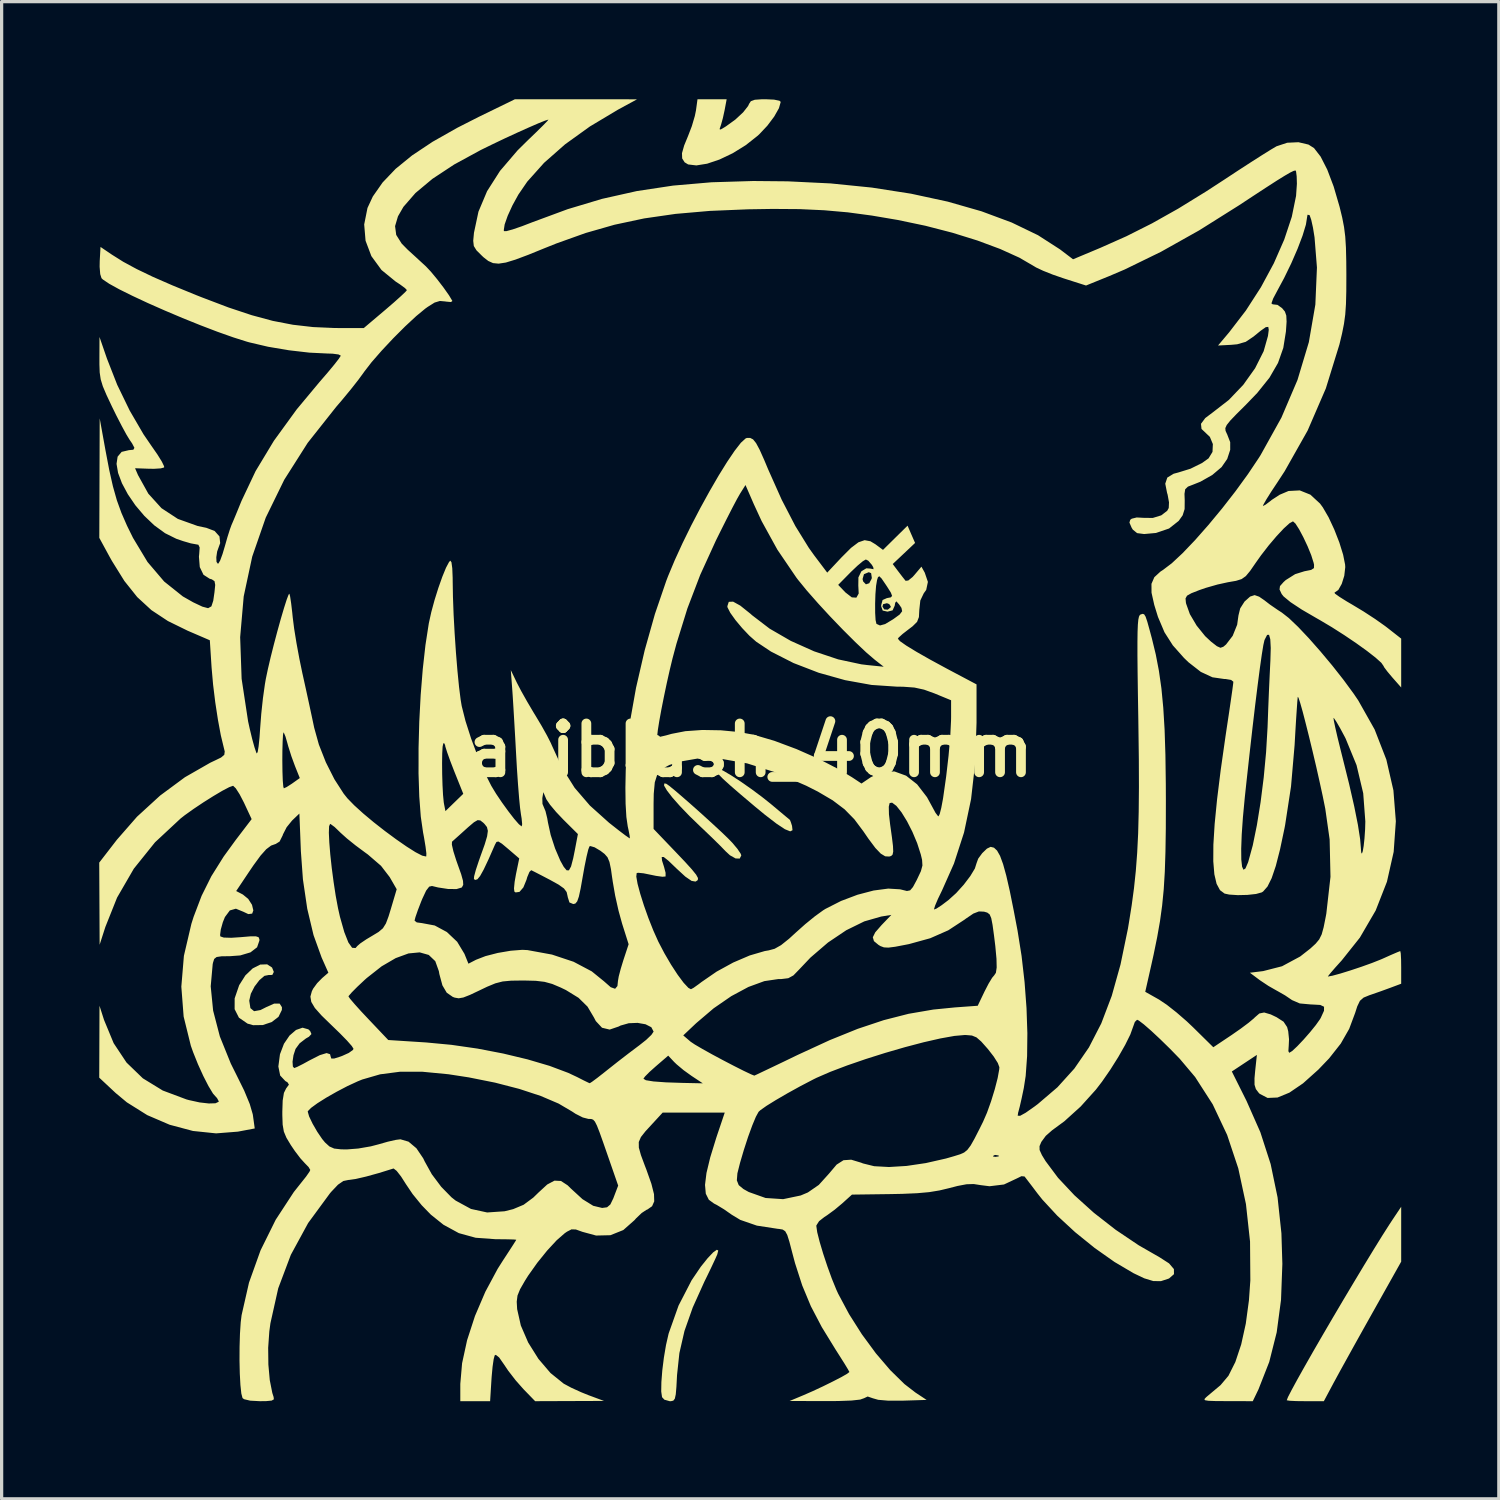
<source format=kicad_pcb>
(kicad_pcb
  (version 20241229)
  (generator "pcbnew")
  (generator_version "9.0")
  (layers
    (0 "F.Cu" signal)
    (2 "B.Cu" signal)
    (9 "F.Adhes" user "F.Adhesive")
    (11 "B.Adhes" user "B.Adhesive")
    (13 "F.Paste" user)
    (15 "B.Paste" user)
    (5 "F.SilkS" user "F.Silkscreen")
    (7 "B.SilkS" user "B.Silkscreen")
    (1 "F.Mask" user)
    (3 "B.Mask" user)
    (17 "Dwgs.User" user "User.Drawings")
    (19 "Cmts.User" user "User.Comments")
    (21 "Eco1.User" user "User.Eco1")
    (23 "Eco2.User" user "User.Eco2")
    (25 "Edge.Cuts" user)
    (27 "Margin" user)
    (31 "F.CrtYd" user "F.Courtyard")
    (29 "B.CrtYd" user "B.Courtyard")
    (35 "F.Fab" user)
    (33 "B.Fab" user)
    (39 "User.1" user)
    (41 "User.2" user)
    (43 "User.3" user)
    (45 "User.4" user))
  (footprint "akiblush_40mm"
    (layer "F.Cu")
    (at 20.007 20.007)
    (property "Reference" "akiblush_40mm" (at 0 0 0) (layer "F.SilkS") (effects (font (size 1.5 1.5) (thickness 0.3))))
    (attr board_only exclude_from_pos_files exclude_from_bom)
    (fp_poly (pts (xy -2.584 1.029) (xy -2.491 1.093) (xy -2.308 1.242) (xy -2.06 1.455) (xy -1.769 1.71) (xy -1.461 1.985) (xy -1.16 2.259) (xy -0.889 2.51) (xy -0.674 2.717) (xy -0.55 2.845) (xy -0.393 3.032) (xy -0.293 3.181) (xy -0.274 3.234) (xy -0.324 3.331) (xy -0.451 3.326) (xy -0.623 3.229) (xy -0.753 3.109) (xy -0.919 2.938) (xy -1.158 2.703) (xy -1.428 2.444) (xy -1.53 2.348) (xy -1.865 2.024) (xy -2.157 1.72) (xy -2.393 1.453) (xy -2.56 1.237) (xy -2.647 1.088) (xy -2.641 1.022)) (stroke (width 0) (type solid)) (fill yes) (layer "F.SilkS"))
    (fp_poly (pts (xy -1.007 0.544) (xy -0.836 0.626) (xy -0.589 0.771) (xy -0.292 0.964) (xy 0.031 1.19) (xy 0.356 1.431) (xy 0.658 1.672) (xy 0.667 1.68) (xy 0.907 1.881) (xy 1.095 2.038) (xy 1.205 2.129) (xy 1.221 2.143) (xy 1.249 2.212) (xy 1.285 2.325) (xy 1.3 2.459) (xy 1.229 2.494) (xy 1.066 2.428) (xy 0.808 2.257) (xy 0.448 1.98) (xy 0.15 1.735) (xy -0.284 1.368) (xy -0.61 1.086) (xy -0.84 0.877) (xy -0.986 0.727) (xy -1.063 0.625) (xy -1.082 0.557) (xy -1.08 0.542)) (stroke (width 0) (type solid)) (fill yes) (layer "F.SilkS"))
    (fp_poly (pts (xy 20.007 14.875) (xy 20.007 15.719) (xy 19.121 17.297) (xy 18.846 17.787) (xy 18.578 18.268) (xy 18.332 18.712) (xy 18.124 19.088) (xy 17.972 19.368) (xy 17.932 19.441) (xy 17.63 20.007) (xy 17.06 20.007) (xy 16.784 20.004) (xy 16.582 19.994) (xy 16.492 19.98) (xy 16.49 19.978) (xy 16.529 19.878) (xy 16.64 19.663) (xy 16.811 19.348) (xy 17.033 18.952) (xy 17.295 18.492) (xy 17.588 17.985) (xy 17.902 17.448) (xy 18.226 16.899) (xy 18.55 16.356) (xy 18.864 15.834) (xy 19.157 15.353) (xy 19.42 14.928) (xy 19.643 14.578) (xy 19.747 14.42) (xy 20.007 14.031)) (stroke (width 0) (type solid)) (fill yes) (layer "F.SilkS"))
    (fp_poly (pts (xy -0.982 15.377) (xy -1.013 15.498) (xy -1.077 15.642) (xy -1.191 15.885) (xy -1.335 16.184) (xy -1.408 16.332) (xy -1.766 17.126) (xy -2.02 17.847) (xy -2.177 18.53) (xy -2.249 19.206) (xy -2.268 19.566) (xy -2.288 19.798) (xy -2.317 19.93) (xy -2.363 19.99) (xy -2.435 20.007) (xy -2.475 20.007) (xy -2.638 19.961) (xy -2.71 19.883) (xy -2.735 19.708) (xy -2.73 19.42) (xy -2.702 19.06) (xy -2.653 18.667) (xy -2.588 18.282) (xy -2.511 17.944) (xy -2.503 17.916) (xy -2.202 17.068) (xy -1.801 16.291) (xy -1.518 15.874) (xy -1.307 15.611) (xy -1.139 15.434) (xy -1.026 15.353)) (stroke (width 0) (type solid)) (fill yes) (layer "F.SilkS"))
    (fp_poly (pts (xy -14.696 6.679) (xy -14.641 6.814) (xy -14.688 6.907) (xy -14.801 6.909) (xy -14.93 6.935) (xy -15.084 7.066) (xy -15.234 7.263) (xy -15.348 7.485) (xy -15.396 7.692) (xy -15.396 7.703) (xy -15.361 7.927) (xy -15.248 8.021) (xy -15.052 7.986) (xy -14.878 7.898) (xy -14.63 7.787) (xy -14.463 7.787) (xy -14.392 7.898) (xy -14.394 7.983) (xy -14.498 8.195) (xy -14.709 8.356) (xy -14.984 8.447) (xy -15.278 8.451) (xy -15.449 8.403) (xy -15.714 8.22) (xy -15.846 7.959) (xy -15.845 7.626) (xy -15.708 7.227) (xy -15.702 7.215) (xy -15.515 6.92) (xy -15.291 6.706) (xy -15.058 6.588) (xy -14.846 6.581)) (stroke (width 0) (type solid)) (fill yes) (layer "F.SilkS"))
    (fp_poly (pts (xy -0.786 -19.675) (xy -0.84 -19.428) (xy -0.896 -19.225) (xy -0.909 -19.187) (xy -0.942 -19.087) (xy -0.909 -19.076) (xy -0.781 -19.151) (xy -0.739 -19.178) (xy -0.456 -19.383) (xy -0.219 -19.603) (xy -0.065 -19.799) (xy -0.035 -19.865) (xy 0.02 -19.947) (xy 0.141 -19.991) (xy 0.368 -20.007) (xy 0.474 -20.007) (xy 0.733 -19.995) (xy 0.898 -19.961) (xy 0.938 -19.926) (xy 0.883 -19.732) (xy 0.737 -19.474) (xy 0.526 -19.193) (xy 0.276 -18.928) (xy 0.233 -18.888) (xy -0.138 -18.595) (xy -0.539 -18.347) (xy -0.944 -18.154) (xy -1.324 -18.026) (xy -1.655 -17.973) (xy -1.908 -18.003) (xy -2.016 -18.069) (xy -2.091 -18.188) (xy -2.097 -18.349) (xy -2.03 -18.586) (xy -1.912 -18.873) (xy -1.794 -19.18) (xy -1.702 -19.492) (xy -1.667 -19.664) (xy -1.62 -20.007) (xy -1.172 -20.007) (xy -0.724 -20.007)) (stroke (width 0) (type solid)) (fill yes) (layer "F.SilkS"))
    (fp_poly (pts (xy -5.355 -20.006) (xy -3.478 -20.005) (xy -4.063 -19.687) (xy -4.927 -19.17) (xy -5.69 -18.621) (xy -6.336 -18.052) (xy -6.852 -17.475) (xy -7.125 -17.077) (xy -7.309 -16.742) (xy -7.454 -16.424) (xy -7.547 -16.159) (xy -7.574 -15.982) (xy -7.568 -15.953) (xy -7.49 -15.954) (xy -7.297 -16.007) (xy -7.018 -16.103) (xy -6.683 -16.232) (xy -6.682 -16.232) (xy -5.611 -16.628) (xy -4.554 -16.945) (xy -3.483 -17.185) (xy -2.37 -17.353) (xy -1.189 -17.455) (xy 0.091 -17.494) (xy 1.153 -17.484) (xy 2.469 -17.42) (xy 3.737 -17.292) (xy 4.943 -17.104) (xy 6.071 -16.86) (xy 7.108 -16.563) (xy 8.037 -16.218) (xy 8.845 -15.828) (xy 9.516 -15.396) (xy 9.522 -15.392) (xy 9.922 -15.088) (xy 10.762 -15.44) (xy 11.562 -15.796) (xy 12.347 -16.191) (xy 13.153 -16.644) (xy 14.015 -17.175) (xy 14.576 -17.54) (xy 14.998 -17.818) (xy 15.393 -18.074) (xy 15.735 -18.292) (xy 16.001 -18.458) (xy 16.165 -18.555) (xy 16.178 -18.562) (xy 16.504 -18.67) (xy 16.849 -18.686) (xy 17.157 -18.614) (xy 17.328 -18.506) (xy 17.531 -18.244) (xy 17.735 -17.844) (xy 17.932 -17.324) (xy 18.113 -16.704) (xy 18.116 -16.693) (xy 18.195 -16.367) (xy 18.251 -16.077) (xy 18.288 -15.784) (xy 18.309 -15.448) (xy 18.319 -15.027) (xy 18.322 -14.615) (xy 18.32 -14.106) (xy 18.31 -13.713) (xy 18.288 -13.393) (xy 18.249 -13.105) (xy 18.19 -12.808) (xy 18.109 -12.47) (xy 17.691 -11.118) (xy 17.131 -9.823) (xy 16.425 -8.573) (xy 16.204 -8.234) (xy 16.012 -7.945) (xy 15.864 -7.709) (xy 15.775 -7.553) (xy 15.757 -7.503) (xy 15.841 -7.548) (xy 15.992 -7.662) (xy 16.032 -7.695) (xy 16.273 -7.852) (xy 16.54 -7.965) (xy 16.549 -7.967) (xy 16.89 -7.985) (xy 17.216 -7.854) (xy 17.512 -7.581) (xy 17.598 -7.464) (xy 17.777 -7.156) (xy 17.952 -6.78) (xy 18.107 -6.382) (xy 18.223 -6.008) (xy 18.283 -5.706) (xy 18.288 -5.627) (xy 18.258 -5.361) (xy 18.18 -5.112) (xy 18.075 -4.925) (xy 17.961 -4.845) (xy 17.954 -4.845) (xy 17.975 -4.81) (xy 18.108 -4.715) (xy 18.329 -4.576) (xy 18.503 -4.474) (xy 18.853 -4.263) (xy 19.21 -4.03) (xy 19.511 -3.817) (xy 19.578 -3.766) (xy 20.007 -3.43) (xy 20.007 -2.679) (xy 20.007 -1.928) (xy 19.737 -2.234) (xy 19.584 -2.416) (xy 19.484 -2.549) (xy 19.464 -2.59) (xy 19.397 -2.686) (xy 19.219 -2.846) (xy 18.955 -3.052) (xy 18.627 -3.288) (xy 18.26 -3.536) (xy 17.876 -3.781) (xy 17.501 -4.004) (xy 17.428 -4.045) (xy 16.952 -4.322) (xy 16.605 -4.551) (xy 16.392 -4.727) (xy 16.334 -4.8) (xy 16.268 -4.941) (xy 16.282 -5.044) (xy 16.391 -5.167) (xy 16.459 -5.229) (xy 16.748 -5.411) (xy 17.033 -5.5) (xy 17.239 -5.541) (xy 17.326 -5.597) (xy 17.329 -5.702) (xy 17.314 -5.766) (xy 17.242 -5.995) (xy 17.131 -6.267) (xy 17 -6.545) (xy 16.87 -6.79) (xy 16.757 -6.966) (xy 16.682 -7.034) (xy 16.682 -7.034) (xy 16.574 -6.975) (xy 16.398 -6.815) (xy 16.178 -6.58) (xy 15.937 -6.296) (xy 15.699 -5.989) (xy 15.543 -5.769) (xy 15.364 -5.51) (xy 15.232 -5.351) (xy 15.102 -5.259) (xy 14.932 -5.206) (xy 14.679 -5.162) (xy 14.675 -5.161) (xy 14.361 -5.092) (xy 14.004 -4.99) (xy 13.806 -4.922) (xy 13.557 -4.824) (xy 13.425 -4.749) (xy 13.379 -4.665) (xy 13.39 -4.541) (xy 13.397 -4.505) (xy 13.512 -4.183) (xy 13.72 -3.831) (xy 13.982 -3.506) (xy 14.164 -3.336) (xy 14.343 -3.197) (xy 14.452 -3.148) (xy 14.54 -3.179) (xy 14.625 -3.25) (xy 14.828 -3.515) (xy 14.966 -3.857) (xy 15.006 -4.143) (xy 15.059 -4.359) (xy 15.193 -4.569) (xy 15.364 -4.722) (xy 15.503 -4.767) (xy 15.641 -4.719) (xy 15.8 -4.61) (xy 15.975 -4.475) (xy 16.214 -4.311) (xy 16.339 -4.23) (xy 16.554 -4.062) (xy 16.838 -3.791) (xy 17.169 -3.441) (xy 17.526 -3.036) (xy 17.889 -2.602) (xy 18.236 -2.161) (xy 18.545 -1.74) (xy 18.687 -1.531) (xy 19.191 -0.637) (xy 19.551 0.289) (xy 19.768 1.233) (xy 19.843 2.183) (xy 19.776 3.124) (xy 19.569 4.043) (xy 19.223 4.926) (xy 18.737 5.76) (xy 18.183 6.456) (xy 17.982 6.679) (xy 17.833 6.851) (xy 17.759 6.945) (xy 17.755 6.956) (xy 17.896 6.93) (xy 18.142 6.863) (xy 18.454 6.766) (xy 18.79 6.654) (xy 19.11 6.539) (xy 19.375 6.434) (xy 19.438 6.407) (xy 19.692 6.293) (xy 19.885 6.21) (xy 19.977 6.174) (xy 19.979 6.174) (xy 19.994 6.245) (xy 20.004 6.432) (xy 20.007 6.676) (xy 20.007 7.177) (xy 19.675 7.301) (xy 19.382 7.408) (xy 19.084 7.512) (xy 19.033 7.529) (xy 18.852 7.603) (xy 18.739 7.702) (xy 18.657 7.872) (xy 18.592 8.074) (xy 18.409 8.564) (xy 18.15 9.017) (xy 17.793 9.47) (xy 17.461 9.817) (xy 16.991 10.238) (xy 16.572 10.524) (xy 16.207 10.674) (xy 15.901 10.687) (xy 15.658 10.56) (xy 15.63 10.532) (xy 15.541 10.415) (xy 15.5 10.282) (xy 15.499 10.081) (xy 15.519 9.86) (xy 15.572 9.364) (xy 15.187 9.619) (xy 14.802 9.874) (xy 15.254 10.779) (xy 15.679 11.741) (xy 15.995 12.719) (xy 16.208 13.744) (xy 16.326 14.847) (xy 16.355 15.787) (xy 16.314 16.893) (xy 16.181 17.891) (xy 15.952 18.8) (xy 15.622 19.641) (xy 15.587 19.714) (xy 15.446 20.007) (xy 14.659 20.005) (xy 14.305 20.003) (xy 14.084 19.995) (xy 13.976 19.977) (xy 13.959 19.944) (xy 14.009 19.889) (xy 14.046 19.857) (xy 14.226 19.706) (xy 14.435 19.531) (xy 14.457 19.512) (xy 14.698 19.226) (xy 14.91 18.803) (xy 15.09 18.263) (xy 15.231 17.625) (xy 15.328 16.907) (xy 15.371 16.295) (xy 15.362 15.102) (xy 15.236 13.949) (xy 15 12.851) (xy 14.658 11.824) (xy 14.214 10.883) (xy 13.674 10.044) (xy 13.201 9.483) (xy 12.898 9.172) (xy 12.598 8.879) (xy 12.325 8.624) (xy 12.099 8.427) (xy 11.944 8.309) (xy 11.89 8.284) (xy 11.821 8.352) (xy 11.765 8.508) (xy 11.682 8.738) (xy 11.524 9.057) (xy 11.313 9.428) (xy 11.069 9.816) (xy 10.813 10.186) (xy 10.624 10.432) (xy 10.156 10.951) (xy 9.654 11.405) (xy 9.277 11.682) (xy 9.084 11.852) (xy 8.948 12.037) (xy 8.892 12.169) (xy 8.894 12.288) (xy 8.965 12.444) (xy 9.078 12.629) (xy 9.46 13.141) (xy 9.964 13.678) (xy 10.563 14.218) (xy 11.23 14.738) (xy 11.939 15.215) (xy 12.583 15.585) (xy 12.873 15.772) (xy 13.022 15.947) (xy 13.024 16.103) (xy 12.878 16.231) (xy 12.853 16.243) (xy 12.622 16.318) (xy 12.388 16.315) (xy 12.109 16.23) (xy 11.78 16.073) (xy 11.196 15.728) (xy 10.585 15.297) (xy 9.985 14.812) (xy 9.436 14.305) (xy 8.978 13.81) (xy 8.827 13.62) (xy 8.652 13.388) (xy 8.511 13.204) (xy 8.434 13.104) (xy 8.432 13.101) (xy 8.336 13.092) (xy 8.193 13.162) (xy 7.799 13.347) (xy 7.355 13.401) (xy 7.086 13.367) (xy 6.868 13.333) (xy 6.647 13.34) (xy 6.369 13.393) (xy 6.123 13.457) (xy 5.817 13.53) (xy 5.5 13.582) (xy 5.132 13.615) (xy 4.673 13.635) (xy 4.318 13.642) (xy 3.127 13.658) (xy 2.827 13.929) (xy 2.596 14.122) (xy 2.361 14.294) (xy 2.28 14.346) (xy 2.116 14.475) (xy 2.034 14.604) (xy 2.032 14.623) (xy 2.059 14.813) (xy 2.134 15.109) (xy 2.242 15.472) (xy 2.372 15.864) (xy 2.511 16.247) (xy 2.647 16.58) (xy 2.703 16.703) (xy 3.038 17.33) (xy 3.432 17.951) (xy 3.862 18.536) (xy 4.306 19.055) (xy 4.741 19.481) (xy 5.078 19.741) (xy 5.421 19.968) (xy 4.685 19.991) (xy 4.249 19.992) (xy 3.934 19.965) (xy 3.77 19.918) (xy 3.61 19.863) (xy 3.5 19.915) (xy 3.379 19.958) (xy 3.114 19.987) (xy 2.701 20.002) (xy 2.309 20.004) (xy 1.211 20.001) (xy 1.641 19.821) (xy 1.931 19.694) (xy 2.241 19.549) (xy 2.541 19.401) (xy 2.797 19.269) (xy 2.977 19.166) (xy 3.048 19.111) (xy 3.048 19.11) (xy 3.008 19.034) (xy 2.901 18.857) (xy 2.744 18.609) (xy 2.628 18.427) (xy 2.2 17.73) (xy 1.864 17.088) (xy 1.598 16.449) (xy 1.377 15.763) (xy 1.29 15.435) (xy 1.204 15.106) (xy 1.139 14.899) (xy 1.076 14.784) (xy 0.998 14.732) (xy 0.886 14.713) (xy 0.849 14.71) (xy 0.204 14.611) (xy -0.305 14.435) (xy -0.568 14.276) (xy -0.804 14.111) (xy -1.027 13.976) (xy -1.112 13.933) (xy -1.272 13.816) (xy -1.365 13.63) (xy -1.389 13.36) (xy -1.372 13.22) (xy -0.411 13.22) (xy -0.353 13.367) (xy -0.208 13.487) (xy -0.045 13.578) (xy 0.472 13.762) (xy 1.012 13.798) (xy 1.551 13.685) (xy 1.772 13.592) (xy 2.108 13.36) (xy 2.428 13.006) (xy 2.429 13.004) (xy 2.656 12.736) (xy 2.867 12.601) (xy 3.104 12.585) (xy 3.409 12.677) (xy 3.466 12.7) (xy 3.809 12.785) (xy 4.265 12.81) (xy 4.805 12.777) (xy 5.398 12.689) (xy 6.015 12.549) (xy 6.234 12.486) (xy 7.459 12.486) (xy 7.535 12.498) (xy 7.637 12.484) (xy 7.638 12.457) (xy 7.533 12.439) (xy 7.488 12.451) (xy 7.459 12.486) (xy 6.234 12.486) (xy 6.291 12.469) (xy 6.454 12.418) (xy 6.575 12.364) (xy 6.674 12.283) (xy 6.774 12.15) (xy 6.893 11.94) (xy 7.052 11.629) (xy 7.156 11.42) (xy 7.278 11.139) (xy 7.403 10.789) (xy 7.517 10.418) (xy 7.605 10.076) (xy 7.653 9.811) (xy 7.658 9.743) (xy 7.61 9.614) (xy 7.483 9.413) (xy 7.304 9.183) (xy 7.298 9.176) (xy 7.1 8.953) (xy 6.954 8.826) (xy 6.815 8.769) (xy 6.639 8.754) (xy 6.59 8.753) (xy 6.276 8.781) (xy 5.846 8.858) (xy 5.329 8.976) (xy 4.755 9.127) (xy 4.152 9.302) (xy 3.55 9.492) (xy 2.978 9.689) (xy 2.464 9.884) (xy 2.04 10.068) (xy 1.939 10.118) (xy 1.531 10.331) (xy 1.137 10.549) (xy 0.785 10.754) (xy 0.501 10.93) (xy 0.314 11.062) (xy 0.258 11.113) (xy 0.174 11.266) (xy 0.062 11.535) (xy -0.066 11.886) (xy -0.196 12.286) (xy -0.313 12.683) (xy -0.394 13.005) (xy -0.411 13.22) (xy -1.372 13.22) (xy -1.344 12.993) (xy -1.229 12.515) (xy -1.044 11.914) (xy -1.016 11.829) (xy -0.915 11.53) (xy -0.836 11.295) (xy -0.79 11.159) (xy -0.782 11.137) (xy -0.855 11.137) (xy -1.054 11.137) (xy -1.35 11.137) (xy -1.712 11.137) (xy -1.736 11.137) (xy -2.69 11.137) (xy -3.005 11.479) (xy -3.221 11.714) (xy -3.359 11.889) (xy -3.425 12.042) (xy -3.423 12.214) (xy -3.359 12.443) (xy -3.238 12.769) (xy -3.19 12.893) (xy -3.037 13.326) (xy -2.957 13.643) (xy -2.95 13.866) (xy -3.016 14.015) (xy -3.155 14.113) (xy -3.193 14.129) (xy -3.335 14.223) (xy -3.508 14.388) (xy -3.555 14.442) (xy -3.9 14.747) (xy -4.296 14.906) (xy -4.737 14.916) (xy -5.154 14.803) (xy -5.358 14.73) (xy -5.492 14.726) (xy -5.629 14.796) (xy -5.699 14.844) (xy -5.949 15.062) (xy -6.241 15.378) (xy -6.544 15.753) (xy -6.824 16.148) (xy -6.92 16.3) (xy -7.072 16.564) (xy -7.152 16.76) (xy -7.176 16.949) (xy -7.163 17.179) (xy -7.05 17.681) (xy -6.824 18.204) (xy -6.51 18.705) (xy -6.138 19.141) (xy -5.734 19.467) (xy -5.729 19.47) (xy -5.496 19.595) (xy -5.192 19.733) (xy -4.969 19.823) (xy -4.494 19.999) (xy -5.552 20.003) (xy -6.61 20.007) (xy -6.97 19.636) (xy -7.208 19.367) (xy -7.439 19.068) (xy -7.562 18.885) (xy -7.716 18.664) (xy -7.819 18.582) (xy -7.853 18.599) (xy -7.885 18.717) (xy -7.918 18.947) (xy -7.946 19.248) (xy -7.953 19.35) (xy -7.994 20.007) (xy -8.452 20.007) (xy -8.91 20.007) (xy -8.91 19.475) (xy -8.855 18.84) (xy -8.701 18.132) (xy -8.459 17.388) (xy -8.141 16.645) (xy -7.762 15.939) (xy -7.597 15.679) (xy -7.422 15.411) (xy -7.284 15.198) (xy -7.203 15.07) (xy -7.19 15.045) (xy -7.262 15.038) (xy -7.454 15.032) (xy -7.73 15.029) (xy -7.835 15.028) (xy -8.439 14.984) (xy -8.955 14.842) (xy -9.428 14.584) (xy -9.816 14.273) (xy -10.096 13.985) (xy -10.375 13.642) (xy -10.578 13.341) (xy -10.732 13.1) (xy -10.867 12.928) (xy -10.958 12.857) (xy -10.968 12.857) (xy -11.409 12.994) (xy -11.807 13.104) (xy -12.127 13.178) (xy -12.337 13.208) (xy -12.35 13.208) (xy -12.505 13.24) (xy -12.669 13.353) (xy -12.876 13.571) (xy -12.916 13.618) (xy -13.587 14.532) (xy -14.118 15.508) (xy -14.506 16.538) (xy -14.746 17.612) (xy -14.78 17.864) (xy -14.815 18.366) (xy -14.809 18.881) (xy -14.766 19.359) (xy -14.688 19.753) (xy -14.648 19.878) (xy -14.64 19.95) (xy -14.708 19.989) (xy -14.881 20.005) (xy -15.071 20.007) (xy -15.368 19.991) (xy -15.556 19.946) (xy -15.603 19.911) (xy -15.64 19.771) (xy -15.668 19.51) (xy -15.687 19.161) (xy -15.696 18.76) (xy -15.694 18.34) (xy -15.682 17.937) (xy -15.659 17.584) (xy -15.632 17.364) (xy -15.404 16.362) (xy -15.049 15.371) (xy -14.584 14.431) (xy -14.027 13.579) (xy -13.804 13.298) (xy -13.649 13.103) (xy -13.546 12.955) (xy -13.521 12.9) (xy -13.573 12.811) (xy -13.688 12.693) (xy -13.822 12.546) (xy -13.993 12.321) (xy -14.118 12.137) (xy -14.254 11.911) (xy -14.333 11.722) (xy -14.37 11.508) (xy -14.38 11.212) (xy -14.38 11.127) (xy -14.38 11.108) (xy -13.599 11.108) (xy -13.557 11.255) (xy -13.45 11.478) (xy -13.307 11.726) (xy -13.155 11.95) (xy -13.068 12.055) (xy -12.933 12.178) (xy -12.786 12.243) (xy -12.573 12.267) (xy -12.392 12.269) (xy -12.047 12.242) (xy -11.66 12.175) (xy -11.423 12.113) (xy -11.138 12.032) (xy -10.891 11.976) (xy -10.75 11.958) (xy -10.501 12.031) (xy -10.259 12.234) (xy -10.05 12.543) (xy -10.004 12.639) (xy -9.786 13.032) (xy -9.496 13.419) (xy -9.18 13.742) (xy -9.053 13.842) (xy -8.581 14.099) (xy -8.085 14.207) (xy -7.548 14.17) (xy -7.286 14.105) (xy -6.964 13.97) (xy -6.667 13.75) (xy -6.51 13.597) (xy -6.238 13.347) (xy -6.016 13.229) (xy -5.816 13.239) (xy -5.611 13.373) (xy -5.519 13.464) (xy -5.155 13.798) (xy -4.825 14.002) (xy -4.551 14.068) (xy -4.4 14.048) (xy -4.299 13.962) (xy -4.207 13.772) (xy -4.189 13.724) (xy -4.058 13.381) (xy -4.366 12.494) (xy -4.518 12.057) (xy -4.629 11.746) (xy -4.71 11.539) (xy -4.772 11.416) (xy -4.827 11.355) (xy -4.885 11.334) (xy -4.958 11.332) (xy -4.972 11.332) (xy -5.146 11.287) (xy -5.369 11.174) (xy -5.472 11.106) (xy -5.888 10.861) (xy -6.436 10.627) (xy -7.095 10.41) (xy -7.841 10.217) (xy -8.65 10.055) (xy -9.274 9.959) (xy -10.075 9.882) (xy -10.766 9.882) (xy -11.374 9.961) (xy -11.925 10.121) (xy -12.061 10.176) (xy -12.377 10.322) (xy -12.709 10.496) (xy -13.027 10.677) (xy -13.3 10.849) (xy -13.499 10.994) (xy -13.595 11.093) (xy -13.599 11.108) (xy -14.38 11.108) (xy -14.369 10.767) (xy -14.331 10.532) (xy -14.262 10.393) (xy -14.257 10.387) (xy -14.177 10.277) (xy -14.222 10.206) (xy -14.287 10.168) (xy -14.446 9.998) (xy -14.502 9.721) (xy -14.453 9.348) (xy -14.45 9.338) (xy -14.33 9.022) (xy -14.158 8.769) (xy -13.959 8.598) (xy -13.758 8.528) (xy -13.579 8.579) (xy -13.525 8.631) (xy -13.485 8.723) (xy -13.562 8.806) (xy -13.656 8.86) (xy -13.848 9.008) (xy -13.974 9.181) (xy -14.037 9.374) (xy -14.066 9.573) (xy -14.056 9.722) (xy -14.015 9.769) (xy -13.925 9.734) (xy -13.741 9.641) (xy -13.548 9.535) (xy -13.228 9.372) (xy -13.019 9.308) (xy -12.913 9.343) (xy -12.895 9.414) (xy -12.875 9.475) (xy -12.789 9.477) (xy -12.602 9.418) (xy -12.544 9.397) (xy -12.338 9.304) (xy -12.211 9.213) (xy -12.192 9.176) (xy -12.246 9.09) (xy -12.393 8.923) (xy -12.61 8.701) (xy -12.856 8.463) (xy -13.172 8.156) (xy -13.38 7.922) (xy -13.49 7.736) (xy -13.517 7.574) (xy -13.516 7.568) (xy -12.347 7.568) (xy -12.296 7.642) (xy -12.158 7.804) (xy -11.955 8.029) (xy -11.735 8.263) (xy -11.124 8.907) (xy -9.958 8.982) (xy -9.183 9.055) (xy -8.384 9.17) (xy -7.593 9.322) (xy -6.843 9.502) (xy -6.165 9.702) (xy -5.592 9.917) (xy -5.32 10.045) (xy -5.112 10.151) (xy -4.969 10.22) (xy -4.932 10.235) (xy -4.862 10.191) (xy -4.735 10.097) (xy -3.282 10.097) (xy -3.205 10.143) (xy -2.974 10.18) (xy -2.591 10.208) (xy -2.077 10.225) (xy -1.458 10.238) (xy -1.805 10.008) (xy -2.047 9.834) (xy -2.262 9.654) (xy -2.337 9.582) (xy -2.52 9.387) (xy -2.901 9.715) (xy -3.098 9.891) (xy -3.235 10.03) (xy -3.282 10.097) (xy -4.735 10.097) (xy -4.7 10.071) (xy -4.478 9.897) (xy -4.385 9.823) (xy -4.069 9.573) (xy -3.728 9.31) (xy -3.432 9.087) (xy -3.419 9.078) (xy -3.197 8.902) (xy -3.054 8.765) (xy -2.058 8.765) (xy -1.83 8.96) (xy -1.703 9.045) (xy -1.472 9.18) (xy -1.171 9.348) (xy -0.835 9.528) (xy -0.499 9.703) (xy -0.2 9.854) (xy 0.028 9.962) (xy 0.126 10.001) (xy 0.195 9.97) (xy 0.384 9.88) (xy 0.67 9.744) (xy 1.032 9.571) (xy 1.448 9.37) (xy 1.493 9.349) (xy 2.446 8.91) (xy 3.307 8.562) (xy 4.105 8.296) (xy 4.868 8.101) (xy 5.626 7.971) (xy 6.29 7.905) (xy 6.992 7.854) (xy 7.203 7.413) (xy 7.327 7.173) (xy 7.436 6.993) (xy 7.498 6.92) (xy 7.551 6.841) (xy 7.575 6.678) (xy 7.569 6.411) (xy 7.533 6.021) (xy 7.493 5.695) (xy 7.448 5.367) (xy 7.408 5.162) (xy 7.359 5.047) (xy 7.286 4.991) (xy 7.187 4.962) (xy 7.029 4.955) (xy 6.858 5.021) (xy 6.629 5.176) (xy 6.591 5.205) (xy 6.087 5.535) (xy 5.532 5.779) (xy 4.879 5.959) (xy 4.782 5.978) (xy 4.459 6.04) (xy 4.249 6.067) (xy 4.11 6.06) (xy 4.003 6.02) (xy 3.942 5.983) (xy 3.803 5.868) (xy 3.768 5.749) (xy 3.843 5.597) (xy 4.033 5.379) (xy 4.044 5.367) (xy 4.338 5.061) (xy 4.025 5.112) (xy 3.506 5.261) (xy 2.952 5.533) (xy 2.391 5.91) (xy 1.852 6.373) (xy 1.503 6.741) (xy 1.328 6.921) (xy 1.171 7.007) (xy 0.958 7.033) (xy 0.86 7.034) (xy 0.434 7.097) (xy -0.055 7.276) (xy -0.582 7.559) (xy -1.123 7.932) (xy -1.652 8.382) (xy -1.674 8.402) (xy -2.058 8.765) (xy -3.054 8.765) (xy -3.037 8.749) (xy -2.97 8.65) (xy -2.97 8.646) (xy -3.039 8.514) (xy -3.217 8.423) (xy -3.463 8.38) (xy -3.733 8.391) (xy -3.984 8.462) (xy -4.043 8.492) (xy -4.319 8.586) (xy -4.554 8.53) (xy -4.745 8.325) (xy -4.803 8.214) (xy -5 7.881) (xy -5.276 7.61) (xy -5.663 7.372) (xy -5.822 7.295) (xy -6.084 7.184) (xy -6.321 7.119) (xy -6.59 7.087) (xy -6.951 7.078) (xy -6.995 7.078) (xy -7.348 7.083) (xy -7.607 7.107) (xy -7.833 7.165) (xy -8.087 7.27) (xy -8.308 7.376) (xy -8.612 7.52) (xy -8.816 7.6) (xy -8.96 7.625) (xy -9.082 7.604) (xy -9.141 7.582) (xy -9.327 7.453) (xy -9.46 7.227) (xy -9.554 6.879) (xy -9.569 6.791) (xy -9.679 6.484) (xy -9.88 6.292) (xy -10.159 6.213) (xy -10.502 6.246) (xy -10.896 6.39) (xy -11.328 6.642) (xy -11.784 7.001) (xy -11.849 7.059) (xy -12.074 7.27) (xy -12.246 7.443) (xy -12.338 7.55) (xy -12.347 7.568) (xy -13.516 7.568) (xy -13.473 7.41) (xy -13.434 7.33) (xy -13.31 7.16) (xy -13.156 7.003) (xy -12.965 6.838) (xy -13.173 6.37) (xy -13.421 5.682) (xy -13.614 4.872) (xy -13.747 3.969) (xy -13.81 3.103) (xy -13.832 2.538) (xy -12.95 2.538) (xy -12.936 2.836) (xy -12.906 3.206) (xy -12.861 3.62) (xy -12.804 4.051) (xy -12.74 4.47) (xy -12.669 4.852) (xy -12.609 5.119) (xy -12.475 5.592) (xy -12.35 5.909) (xy -12.235 6.072) (xy -12.13 6.08) (xy -12.074 6.016) (xy -11.983 5.937) (xy -11.8 5.813) (xy -11.624 5.708) (xy -11.422 5.586) (xy -11.289 5.473) (xy -11.197 5.326) (xy -11.163 5.237) (xy -10.316 5.237) (xy -10.249 5.292) (xy -10.087 5.314) (xy -9.696 5.387) (xy -9.323 5.588) (xy -9.006 5.888) (xy -8.781 6.261) (xy -8.778 6.27) (xy -8.66 6.561) (xy -8.426 6.44) (xy -8.136 6.328) (xy -7.76 6.231) (xy -7.362 6.163) (xy -7.006 6.135) (xy -6.845 6.143) (xy -6.092 6.281) (xy -5.428 6.502) (xy -4.87 6.797) (xy -4.494 7.102) (xy -4.287 7.284) (xy -4.152 7.332) (xy -4.081 7.248) (xy -4.065 7.094) (xy -4.041 6.953) (xy -3.979 6.717) (xy -3.901 6.461) (xy -3.737 5.963) (xy -3.938 5.327) (xy -4.048 4.928) (xy -4.151 4.466) (xy -4.226 4.033) (xy -4.232 3.989) (xy -4.248 3.884) (xy -3.501 3.884) (xy -3.462 4.106) (xy -3.38 4.412) (xy -3.266 4.773) (xy -3.129 5.159) (xy -2.978 5.54) (xy -2.824 5.884) (xy -2.637 6.241) (xy -2.433 6.59) (xy -2.23 6.901) (xy -2.046 7.148) (xy -1.899 7.305) (xy -1.822 7.346) (xy -1.741 7.303) (xy -1.584 7.191) (xy -1.496 7.124) (xy -1.033 6.805) (xy -0.524 6.526) (xy -0.015 6.308) (xy 0.446 6.173) (xy 0.568 6.152) (xy 0.75 6.103) (xy 0.948 5.991) (xy 1.193 5.795) (xy 1.403 5.603) (xy 1.69 5.347) (xy 1.986 5.106) (xy 2.24 4.922) (xy 2.31 4.878) (xy 2.792 4.633) (xy 3.298 4.442) (xy 3.793 4.312) (xy 4.241 4.253) (xy 4.605 4.275) (xy 4.671 4.291) (xy 4.817 4.327) (xy 4.915 4.307) (xy 5.001 4.206) (xy 5.115 3.995) (xy 5.131 3.962) (xy 5.246 3.718) (xy 5.293 3.543) (xy 5.282 3.369) (xy 5.243 3.205) (xy 5.131 2.856) (xy 4.984 2.507) (xy 4.819 2.183) (xy 4.65 1.909) (xy 4.492 1.71) (xy 4.361 1.612) (xy 4.285 1.624) (xy 4.259 1.736) (xy 4.264 1.968) (xy 4.299 2.273) (xy 4.355 2.673) (xy 4.388 2.945) (xy 4.395 3.114) (xy 4.376 3.208) (xy 4.331 3.251) (xy 4.273 3.268) (xy 4.149 3.261) (xy 4.012 3.178) (xy 3.846 3.004) (xy 3.633 2.719) (xy 3.475 2.489) (xy 3.201 2.123) (xy 2.9 1.816) (xy 2.536 1.541) (xy 2.077 1.271) (xy 1.719 1.09) (xy 0.777 0.681) (xy -0.095 0.405) (xy -0.896 0.264) (xy -1.621 0.257) (xy -2.151 0.349) (xy -2.482 0.453) (xy -2.71 0.575) (xy -2.855 0.743) (xy -2.933 0.988) (xy -2.965 1.34) (xy -2.97 1.65) (xy -2.97 2.419) (xy -2.325 3.093) (xy -2.01 3.424) (xy -1.793 3.663) (xy -1.662 3.825) (xy -1.605 3.929) (xy -1.611 3.991) (xy -1.667 4.03) (xy -1.682 4.037) (xy -1.803 4.016) (xy -1.995 3.884) (xy -2.269 3.632) (xy -2.273 3.628) (xy -2.512 3.398) (xy -2.657 3.283) (xy -2.72 3.282) (xy -2.71 3.392) (xy -2.648 3.587) (xy -2.601 3.768) (xy -2.601 3.876) (xy -2.605 3.881) (xy -2.699 3.889) (xy -2.894 3.862) (xy -3.048 3.83) (xy -3.28 3.783) (xy -3.444 3.767) (xy -3.489 3.776) (xy -3.501 3.884) (xy -4.248 3.884) (xy -4.28 3.653) (xy -4.326 3.434) (xy -4.386 3.291) (xy -4.476 3.188) (xy -4.603 3.091) (xy -4.783 2.984) (xy -4.913 2.946) (xy -4.94 2.955) (xy -4.977 3.052) (xy -5.03 3.27) (xy -5.092 3.575) (xy -5.145 3.872) (xy -5.212 4.25) (xy -5.266 4.499) (xy -5.317 4.645) (xy -5.374 4.713) (xy -5.438 4.728) (xy -5.556 4.679) (xy -5.609 4.511) (xy -5.611 4.493) (xy -5.642 4.359) (xy -5.725 4.248) (xy -5.891 4.13) (xy -6.153 3.985) (xy -6.411 3.85) (xy -6.615 3.745) (xy -6.725 3.69) (xy -6.731 3.688) (xy -6.785 3.74) (xy -6.852 3.899) (xy -6.877 3.985) (xy -6.972 4.217) (xy -7.091 4.354) (xy -7.211 4.371) (xy -7.248 4.345) (xy -7.26 4.248) (xy -7.24 4.044) (xy -7.199 3.81) (xy -7.099 3.326) (xy -7.438 3.035) (xy -7.63 2.874) (xy -7.739 2.806) (xy -7.799 2.82) (xy -7.846 2.906) (xy -7.85 2.916) (xy -8.044 3.357) (xy -8.192 3.669) (xy -8.302 3.867) (xy -8.385 3.967) (xy -8.451 3.987) (xy -8.492 3.96) (xy -8.485 3.874) (xy -8.432 3.677) (xy -8.342 3.405) (xy -8.292 3.263) (xy -8.161 2.898) (xy -8.086 2.647) (xy -8.063 2.479) (xy -8.091 2.362) (xy -8.167 2.265) (xy -8.205 2.228) (xy -8.295 2.158) (xy -8.377 2.149) (xy -8.49 2.214) (xy -8.67 2.367) (xy -8.733 2.424) (xy -8.935 2.606) (xy -9.094 2.748) (xy -9.166 2.813) (xy -9.169 2.905) (xy -9.123 3.106) (xy -9.037 3.379) (xy -8.995 3.498) (xy -8.883 3.813) (xy -8.827 4.015) (xy -8.82 4.137) (xy -8.858 4.209) (xy -8.872 4.222) (xy -9.024 4.267) (xy -9.279 4.266) (xy -9.594 4.218) (xy -9.78 4.173) (xy -9.866 4.193) (xy -9.96 4.315) (xy -10.076 4.562) (xy -10.112 4.649) (xy -10.214 4.914) (xy -10.287 5.124) (xy -10.316 5.235) (xy -10.316 5.237) (xy -11.163 5.237) (xy -11.113 5.102) (xy -11.044 4.876) (xy -10.865 4.273) (xy -11.081 3.899) (xy -11.347 3.553) (xy -11.752 3.204) (xy -11.842 3.139) (xy -12.129 2.926) (xy -12.395 2.712) (xy -12.59 2.537) (xy -12.617 2.51) (xy -12.773 2.36) (xy -12.89 2.274) (xy -12.913 2.266) (xy -12.943 2.339) (xy -12.95 2.538) (xy -13.832 2.538) (xy -13.856 1.947) (xy -14.081 2.162) (xy -14.247 2.367) (xy -14.36 2.587) (xy -14.368 2.615) (xy -14.464 2.807) (xy -14.581 2.88) (xy -14.725 2.931) (xy -14.874 3.043) (xy -15.048 3.238) (xy -15.266 3.536) (xy -15.408 3.745) (xy -15.798 4.328) (xy -15.593 4.435) (xy -15.428 4.57) (xy -15.312 4.751) (xy -15.271 4.924) (xy -15.307 5.022) (xy -15.425 5.037) (xy -15.58 4.964) (xy -15.807 4.871) (xy -15.993 4.924) (xy -16.144 5.127) (xy -16.209 5.288) (xy -16.272 5.513) (xy -16.293 5.679) (xy -16.284 5.723) (xy -16.181 5.758) (xy -15.949 5.765) (xy -15.66 5.746) (xy -15.365 5.721) (xy -15.193 5.72) (xy -15.11 5.747) (xy -15.085 5.809) (xy -15.084 5.849) (xy -15.156 6.057) (xy -15.359 6.213) (xy -15.674 6.307) (xy -15.983 6.33) (xy -16.25 6.334) (xy -16.4 6.356) (xy -16.474 6.415) (xy -16.51 6.529) (xy -16.52 6.575) (xy -16.581 7.257) (xy -16.507 8.002) (xy -16.3 8.798) (xy -15.963 9.632) (xy -15.796 9.967) (xy -15.553 10.459) (xy -15.381 10.874) (xy -15.289 11.189) (xy -15.282 11.234) (xy -15.228 11.625) (xy -15.746 11.723) (xy -16.416 11.776) (xy -17.127 11.702) (xy -17.843 11.511) (xy -18.532 11.215) (xy -19.159 10.822) (xy -19.502 10.536) (xy -20.007 10.064) (xy -20.003 8.959) (xy -19.999 7.854) (xy -19.86 8.289) (xy -19.564 9.004) (xy -19.168 9.6) (xy -18.667 10.084) (xy -18.055 10.459) (xy -17.327 10.732) (xy -17.246 10.754) (xy -16.922 10.825) (xy -16.64 10.857) (xy -16.434 10.851) (xy -16.337 10.805) (xy -16.334 10.79) (xy -16.391 10.683) (xy -16.405 10.673) (xy -16.51 10.554) (xy -16.65 10.322) (xy -16.81 10.01) (xy -16.973 9.651) (xy -17.122 9.28) (xy -17.192 9.082) (xy -17.413 8.186) (xy -17.484 7.267) (xy -17.405 6.319) (xy -17.175 5.336) (xy -17.106 5.119) (xy -16.861 4.475) (xy -16.562 3.874) (xy -16.183 3.269) (xy -15.819 2.768) (xy -15.323 2.118) (xy -15.562 1.606) (xy -15.692 1.356) (xy -15.809 1.173) (xy -15.89 1.095) (xy -15.896 1.094) (xy -16.013 1.136) (xy -16.226 1.248) (xy -16.501 1.411) (xy -16.806 1.603) (xy -17.108 1.805) (xy -17.377 1.997) (xy -17.506 2.098) (xy -18.293 2.831) (xy -18.944 3.641) (xy -19.459 4.53) (xy -19.819 5.432) (xy -19.995 5.979) (xy -20.001 4.716) (xy -20.007 3.454) (xy -19.464 2.751) (xy -18.846 2.044) (xy -18.136 1.394) (xy -17.373 0.83) (xy -16.596 0.385) (xy -16.476 0.328) (xy -16.444 0.313) (xy -14.38 0.313) (xy -14.376 0.658) (xy -14.366 0.937) (xy -14.35 1.119) (xy -14.334 1.172) (xy -14.245 1.131) (xy -14.089 1.031) (xy -14.065 1.014) (xy -13.843 0.856) (xy -13.991 0.487) (xy -14.101 0.187) (xy -14.199 -0.123) (xy -14.224 -0.215) (xy -14.282 -0.416) (xy -14.331 -0.534) (xy -14.344 -0.547) (xy -14.359 -0.474) (xy -14.37 -0.277) (xy -14.378 0.014) (xy -14.38 0.313) (xy -16.444 0.313) (xy -16.263 0.225) (xy -16.164 0.142) (xy -16.15 0.04) (xy -16.183 -0.096) (xy -16.271 -0.462) (xy -16.359 -0.936) (xy -16.441 -1.471) (xy -16.508 -2.018) (xy -16.553 -2.529) (xy -16.556 -2.569) (xy -16.608 -3.379) (xy -16.828 -3.474) (xy -15.676 -3.474) (xy -15.631 -2.194) (xy -15.432 -0.887) (xy -15.383 -0.664) (xy -15.307 -0.348) (xy -15.236 -0.091) (xy -15.182 0.069) (xy -15.165 0.101) (xy -15.138 0.055) (xy -15.109 -0.119) (xy -15.081 -0.392) (xy -15.061 -0.68) (xy -15.027 -1.122) (xy -14.976 -1.596) (xy -14.916 -2.024) (xy -14.888 -2.188) (xy -14.824 -2.493) (xy -14.739 -2.857) (xy -14.639 -3.254) (xy -14.532 -3.657) (xy -14.426 -4.039) (xy -14.328 -4.371) (xy -14.246 -4.628) (xy -14.188 -4.781) (xy -14.163 -4.811) (xy -14.14 -4.722) (xy -14.109 -4.515) (xy -14.075 -4.227) (xy -14.061 -4.087) (xy -14.017 -3.738) (xy -13.945 -3.293) (xy -13.856 -2.811) (xy -13.76 -2.347) (xy -13.759 -2.345) (xy -13.659 -1.893) (xy -13.559 -1.433) (xy -13.47 -1.019) (xy -13.403 -0.702) (xy -13.401 -0.692) (xy -13.257 -0.174) (xy -13.042 0.372) (xy -12.779 0.893) (xy -12.495 1.334) (xy -12.38 1.478) (xy -12.17 1.694) (xy -11.893 1.945) (xy -11.571 2.214) (xy -11.226 2.484) (xy -10.882 2.738) (xy -10.562 2.96) (xy -10.287 3.134) (xy -10.08 3.241) (xy -9.965 3.266) (xy -9.956 3.261) (xy -9.953 3.172) (xy -9.978 2.967) (xy -10.025 2.682) (xy -10.054 2.529) (xy -10.125 2.038) (xy -10.171 1.422) (xy -10.194 0.711) (xy -10.193 0.398) (xy -9.47 0.398) (xy -9.467 0.733) (xy -9.457 1.071) (xy -9.441 1.373) (xy -9.419 1.601) (xy -9.409 1.659) (xy -9.367 1.872) (xy -9.093 1.606) (xy -8.819 1.34) (xy -9.099 0.641) (xy -9.22 0.328) (xy -9.314 0.065) (xy -9.37 -0.112) (xy -9.378 -0.159) (xy -9.409 -0.22) (xy -9.433 -0.206) (xy -9.454 -0.109) (xy -9.466 0.105) (xy -9.47 0.398) (xy -10.193 0.398) (xy -10.193 -0.065) (xy -10.171 -0.877) (xy -10.128 -1.696) (xy -10.064 -2.491) (xy -9.981 -3.233) (xy -9.879 -3.893) (xy -9.876 -3.908) (xy -9.802 -4.244) (xy -9.701 -4.616) (xy -9.584 -4.989) (xy -9.463 -5.331) (xy -9.35 -5.607) (xy -9.256 -5.784) (xy -9.217 -5.826) (xy -9.182 -5.776) (xy -9.157 -5.593) (xy -9.145 -5.301) (xy -9.144 -5.184) (xy -9.136 -4.716) (xy -9.116 -4.173) (xy -9.084 -3.59) (xy -9.044 -3.001) (xy -8.998 -2.442) (xy -8.949 -1.946) (xy -8.899 -1.549) (xy -8.867 -1.359) (xy -8.75 -0.896) (xy -8.577 -0.356) (xy -8.368 0.203) (xy -8.146 0.721) (xy -7.958 1.094) (xy -7.811 1.337) (xy -7.629 1.607) (xy -7.435 1.875) (xy -7.255 2.108) (xy -7.11 2.274) (xy -7.026 2.341) (xy -7.024 2.341) (xy -7.009 2.275) (xy -7.025 2.101) (xy -7.046 1.973) (xy -7.073 1.775) (xy -7.103 1.47) (xy -6.389 1.47) (xy -6.385 1.65) (xy -6.346 1.743) (xy -6.292 1.872) (xy -6.238 2.092) (xy -6.216 2.223) (xy -6.132 2.605) (xy -5.997 3.02) (xy -5.836 3.396) (xy -5.73 3.586) (xy -5.642 3.691) (xy -5.571 3.691) (xy -5.506 3.572) (xy -5.44 3.321) (xy -5.39 3.072) (xy -5.296 2.577) (xy -5.742 2.134) (xy -5.967 1.897) (xy -6.152 1.676) (xy -6.264 1.511) (xy -6.273 1.491) (xy -6.358 1.29) (xy -6.389 1.47) (xy -7.103 1.47) (xy -7.104 1.453) (xy -7.137 1.042) (xy -7.169 0.575) (xy -7.193 0.156) (xy -7.221 -0.353) (xy -7.25 -0.854) (xy -7.277 -1.309) (xy -7.3 -1.676) (xy -7.314 -1.876) (xy -7.358 -2.462) (xy -7.169 -2.069) (xy -7.038 -1.818) (xy -6.855 -1.493) (xy -6.655 -1.154) (xy -6.593 -1.053) (xy -6.408 -0.743) (xy -6.244 -0.449) (xy -6.127 -0.219) (xy -6.1 -0.156) (xy -5.776 0.551) (xy -5.396 1.156) (xy -4.927 1.701) (xy -4.339 2.229) (xy -4.283 2.273) (xy -4.035 2.468) (xy -3.838 2.617) (xy -3.72 2.699) (xy -3.699 2.709) (xy -3.705 2.63) (xy -3.74 2.45) (xy -3.764 2.342) (xy -3.806 2.053) (xy -3.83 1.645) (xy -3.836 1.157) (xy -3.826 0.625) (xy -3.8 0.087) (xy -3.758 -0.419) (xy -3.754 -0.448) (xy -2.858 -0.448) (xy -2.854 -0.405) (xy -2.772 -0.412) (xy -2.587 -0.455) (xy -2.416 -0.503) (xy -1.993 -0.585) (xy -1.471 -0.622) (xy -0.902 -0.612) (xy -0.337 -0.558) (xy 0.117 -0.473) (xy 0.742 -0.289) (xy 1.424 -0.034) (xy 2.108 0.268) (xy 2.735 0.593) (xy 3.13 0.832) (xy 3.42 1.024) (xy 3.714 0.825) (xy 4.07 0.664) (xy 4.434 0.653) (xy 4.791 0.783) (xy 5.129 1.048) (xy 5.433 1.443) (xy 5.596 1.742) (xy 5.694 1.923) (xy 5.771 2.024) (xy 5.787 2.032) (xy 5.824 1.961) (xy 5.872 1.773) (xy 5.922 1.507) (xy 5.929 1.465) (xy 6.022 0.811) (xy 6.096 0.169) (xy 6.148 -0.419) (xy 6.172 -0.908) (xy 6.174 -1.022) (xy 6.174 -1.535) (xy 5.665 -1.745) (xy 5.344 -1.861) (xy 5.047 -1.926) (xy 4.702 -1.951) (xy 4.499 -1.954) (xy 3.729 -2.006) (xy 2.917 -2.153) (xy 2.104 -2.381) (xy 1.331 -2.679) (xy 0.638 -3.032) (xy 0.184 -3.335) (xy -0.025 -3.519) (xy -0.246 -3.752) (xy -0.452 -3.998) (xy -0.612 -4.222) (xy -0.697 -4.388) (xy -0.703 -4.425) (xy -0.659 -4.56) (xy -0.526 -4.566) (xy -0.305 -4.444) (xy 0.006 -4.195) (xy 0.057 -4.149) (xy 0.597 -3.736) (xy 1.247 -3.36) (xy 1.964 -3.039) (xy 2.703 -2.792) (xy 3.418 -2.639) (xy 3.602 -2.617) (xy 4.103 -2.566) (xy 3.83 -2.779) (xy 3.564 -3.007) (xy 3.228 -3.325) (xy 2.848 -3.704) (xy 2.454 -4.114) (xy 2.098 -4.5) (xy 3.839 -4.5) (xy 3.84 -4.221) (xy 3.853 -4.001) (xy 3.879 -3.886) (xy 3.882 -3.882) (xy 3.989 -3.834) (xy 4.147 -3.877) (xy 4.387 -4.021) (xy 4.398 -4.028) (xy 4.592 -4.169) (xy 4.67 -4.271) (xy 4.648 -4.375) (xy 4.576 -4.481) (xy 4.493 -4.575) (xy 4.456 -4.531) (xy 4.441 -4.442) (xy 4.376 -4.298) (xy 4.22 -4.259) (xy 4.072 -4.292) (xy 4.027 -4.416) (xy 4.064 -4.416) (xy 4.118 -4.328) (xy 4.228 -4.319) (xy 4.315 -4.39) (xy 4.322 -4.415) (xy 4.272 -4.492) (xy 4.201 -4.518) (xy 4.085 -4.488) (xy 4.064 -4.416) (xy 4.027 -4.416) (xy 4.026 -4.419) (xy 4.025 -4.455) (xy 4.068 -4.616) (xy 4.201 -4.675) (xy 4.319 -4.697) (xy 4.361 -4.741) (xy 4.324 -4.841) (xy 4.205 -5.03) (xy 4.163 -5.093) (xy 4.036 -5.279) (xy 3.965 -5.348) (xy 3.925 -5.313) (xy 3.898 -5.228) (xy 3.868 -5.05) (xy 3.848 -4.792) (xy 3.839 -4.5) (xy 2.098 -4.5) (xy 2.075 -4.526) (xy 1.737 -4.91) (xy 1.597 -5.082) (xy 2.704 -5.082) (xy 2.928 -4.848) (xy 3.123 -4.697) (xy 3.263 -4.689) (xy 3.334 -4.816) (xy 3.322 -5.063) (xy 3.325 -5.26) (xy 3.453 -5.26) (xy 3.471 -5.187) (xy 3.556 -5.098) (xy 3.658 -5.132) (xy 3.731 -5.268) (xy 3.737 -5.301) (xy 3.716 -5.442) (xy 3.644 -5.471) (xy 3.496 -5.41) (xy 3.453 -5.26) (xy 3.325 -5.26) (xy 3.325 -5.31) (xy 3.416 -5.498) (xy 3.569 -5.591) (xy 3.691 -5.582) (xy 3.791 -5.563) (xy 3.781 -5.624) (xy 3.738 -5.698) (xy 3.629 -5.824) (xy 3.554 -5.862) (xy 3.462 -5.809) (xy 3.298 -5.672) (xy 3.096 -5.48) (xy 3.088 -5.472) (xy 2.704 -5.082) (xy 1.597 -5.082) (xy 1.471 -5.236) (xy 1.418 -5.306) (xy 0.835 -6.163) (xy 0.351 -7.042) (xy 0.11 -7.564) (xy -0.145 -8.15) (xy -0.312 -7.885) (xy -0.403 -7.725) (xy -0.546 -7.455) (xy -0.725 -7.105) (xy -0.925 -6.706) (xy -1.053 -6.448) (xy -1.536 -5.39) (xy -1.931 -4.356) (xy -2.267 -3.272) (xy -2.388 -2.82) (xy -2.475 -2.46) (xy -2.565 -2.059) (xy -2.652 -1.645) (xy -2.731 -1.248) (xy -2.795 -0.896) (xy -2.839 -0.62) (xy -2.858 -0.448) (xy -3.754 -0.448) (xy -3.712 -0.781) (xy -3.509 -1.919) (xy -3.243 -3.072) (xy -2.929 -4.185) (xy -2.58 -5.205) (xy -2.523 -5.354) (xy -2.32 -5.839) (xy -2.081 -6.361) (xy -1.816 -6.901) (xy -1.535 -7.44) (xy -1.25 -7.958) (xy -0.972 -8.438) (xy -0.711 -8.859) (xy -0.479 -9.202) (xy -0.286 -9.45) (xy -0.142 -9.581) (xy -0.103 -9.597) (xy -0.001 -9.598) (xy 0.089 -9.552) (xy 0.181 -9.437) (xy 0.29 -9.234) (xy 0.43 -8.921) (xy 0.552 -8.63) (xy 0.967 -7.7) (xy 1.387 -6.89) (xy 1.804 -6.215) (xy 1.964 -5.992) (xy 2.367 -5.458) (xy 2.805 -5.925) (xy 3.097 -6.217) (xy 3.326 -6.39) (xy 3.516 -6.455) (xy 3.694 -6.422) (xy 3.847 -6.33) (xy 4.081 -6.157) (xy 4.458 -6.529) (xy 4.836 -6.901) (xy 4.951 -6.635) (xy 5.067 -6.37) (xy 4.724 -6.046) (xy 4.38 -5.722) (xy 4.548 -5.499) (xy 4.678 -5.329) (xy 4.77 -5.213) (xy 4.776 -5.206) (xy 4.858 -5.216) (xy 4.991 -5.324) (xy 5.049 -5.389) (xy 5.262 -5.641) (xy 5.364 -5.458) (xy 5.461 -5.173) (xy 5.409 -4.927) (xy 5.334 -4.823) (xy 5.228 -4.601) (xy 5.197 -4.314) (xy 5.185 -4.092) (xy 5.128 -3.944) (xy 4.99 -3.808) (xy 4.87 -3.717) (xy 4.684 -3.573) (xy 4.563 -3.463) (xy 4.538 -3.427) (xy 4.602 -3.352) (xy 4.796 -3.216) (xy 5.107 -3.026) (xy 5.525 -2.788) (xy 6.039 -2.509) (xy 6.116 -2.468) (xy 6.956 -2.023) (xy 6.956 -0.846) (xy 6.915 0.384) (xy 6.788 1.502) (xy 6.572 2.528) (xy 6.262 3.484) (xy 5.897 4.306) (xy 5.77 4.569) (xy 5.683 4.774) (xy 5.649 4.886) (xy 5.651 4.895) (xy 5.724 4.868) (xy 5.883 4.764) (xy 6.091 4.607) (xy 6.33 4.391) (xy 6.564 4.132) (xy 6.765 3.867) (xy 6.905 3.635) (xy 6.956 3.473) (xy 7.007 3.333) (xy 7.13 3.165) (xy 7.275 3.025) (xy 7.389 2.97) (xy 7.492 2.996) (xy 7.587 3.085) (xy 7.679 3.248) (xy 7.772 3.501) (xy 7.87 3.856) (xy 7.978 4.328) (xy 8.099 4.929) (xy 8.217 5.549) (xy 8.34 6.322) (xy 8.432 7.125) (xy 8.492 7.928) (xy 8.518 8.698) (xy 8.51 9.403) (xy 8.466 10.012) (xy 8.409 10.38) (xy 8.344 10.691) (xy 8.285 10.95) (xy 8.242 11.114) (xy 8.235 11.137) (xy 8.221 11.233) (xy 8.296 11.236) (xy 8.466 11.142) (xy 8.742 10.948) (xy 8.839 10.875) (xy 9.442 10.36) (xy 9.962 9.785) (xy 10.409 9.136) (xy 10.79 8.396) (xy 11.111 7.551) (xy 11.381 6.586) (xy 11.608 5.487) (xy 11.637 5.314) (xy 11.724 4.768) (xy 11.795 4.241) (xy 11.851 3.71) (xy 11.893 3.156) (xy 11.923 2.556) (xy 11.94 1.889) (xy 11.947 1.134) (xy 11.944 0.271) (xy 11.931 -0.724) (xy 11.928 -0.948) (xy 11.915 -1.742) (xy 11.906 -2.394) (xy 11.901 -2.918) (xy 11.901 -3.327) (xy 11.905 -3.636) (xy 11.914 -3.86) (xy 11.928 -4.011) (xy 11.948 -4.104) (xy 11.973 -4.154) (xy 11.998 -4.171) (xy 12.06 -4.191) (xy 12.107 -4.177) (xy 12.152 -4.104) (xy 12.205 -3.947) (xy 12.279 -3.68) (xy 12.344 -3.439) (xy 12.464 -2.946) (xy 12.561 -2.44) (xy 12.638 -1.9) (xy 12.695 -1.303) (xy 12.736 -0.627) (xy 12.761 0.149) (xy 12.773 1.047) (xy 12.775 1.563) (xy 12.773 2.406) (xy 12.762 3.121) (xy 12.742 3.735) (xy 12.709 4.277) (xy 12.66 4.775) (xy 12.594 5.256) (xy 12.507 5.749) (xy 12.398 6.282) (xy 12.322 6.624) (xy 12.141 7.425) (xy 12.565 7.664) (xy 12.802 7.823) (xy 13.102 8.059) (xy 13.419 8.334) (xy 13.611 8.516) (xy 14.233 9.129) (xy 14.797 8.752) (xy 15.074 8.559) (xy 15.316 8.378) (xy 15.48 8.241) (xy 15.508 8.212) (xy 15.648 8.091) (xy 15.796 8.061) (xy 15.997 8.12) (xy 16.177 8.206) (xy 16.392 8.344) (xy 16.501 8.509) (xy 16.535 8.637) (xy 16.56 8.884) (xy 16.55 9.101) (xy 16.549 9.106) (xy 16.54 9.251) (xy 16.568 9.3) (xy 16.658 9.244) (xy 16.814 9.098) (xy 17.007 8.894) (xy 17.207 8.666) (xy 17.385 8.446) (xy 17.511 8.268) (xy 17.536 8.225) (xy 17.635 8.007) (xy 17.636 7.884) (xy 17.52 7.829) (xy 17.269 7.815) (xy 17.243 7.815) (xy 16.891 7.783) (xy 16.652 7.68) (xy 16.638 7.67) (xy 16.437 7.534) (xy 16.199 7.398) (xy 16.178 7.387) (xy 15.929 7.245) (xy 15.67 7.073) (xy 15.631 7.044) (xy 15.357 6.839) (xy 15.763 6.789) (xy 16.345 6.64) (xy 16.903 6.34) (xy 17.217 6.094) (xy 17.378 5.946) (xy 17.487 5.815) (xy 17.563 5.662) (xy 17.623 5.445) (xy 17.687 5.125) (xy 17.706 5.023) (xy 17.834 3.891) (xy 17.808 2.742) (xy 17.674 1.798) (xy 17.595 1.407) (xy 17.499 0.967) (xy 17.394 0.5) (xy 17.283 0.029) (xy 17.173 -0.425) (xy 17.069 -0.839) (xy 17.029 -0.994) (xy 17.927 -0.994) (xy 17.936 -0.913) (xy 17.979 -0.706) (xy 18.049 -0.401) (xy 18.142 -0.023) (xy 18.208 0.24) (xy 18.407 1.039) (xy 18.564 1.727) (xy 18.677 2.294) (xy 18.745 2.73) (xy 18.765 2.97) (xy 18.778 3.142) (xy 18.799 3.18) (xy 18.826 3.106) (xy 18.854 2.943) (xy 18.879 2.712) (xy 18.898 2.436) (xy 18.905 2.188) (xy 18.84 1.322) (xy 18.635 0.459) (xy 18.299 -0.36) (xy 18.277 -0.403) (xy 18.132 -0.674) (xy 18.014 -0.877) (xy 17.941 -0.985) (xy 17.927 -0.994) (xy 17.029 -0.994) (xy 16.978 -1.19) (xy 16.903 -1.455) (xy 16.851 -1.613) (xy 16.828 -1.641) (xy 16.817 -1.528) (xy 16.8 -1.286) (xy 16.777 -0.944) (xy 16.752 -0.529) (xy 16.731 -0.156) (xy 16.621 1.117) (xy 16.439 2.305) (xy 16.42 2.403) (xy 16.283 3.052) (xy 16.153 3.558) (xy 16.026 3.933) (xy 15.898 4.19) (xy 15.764 4.342) (xy 15.721 4.37) (xy 15.547 4.418) (xy 15.281 4.447) (xy 14.984 4.454) (xy 14.722 4.437) (xy 14.579 4.406) (xy 14.439 4.302) (xy 14.334 4.107) (xy 14.265 3.814) (xy 14.232 3.414) (xy 14.234 3.028) (xy 15.09 3.028) (xy 15.093 3.361) (xy 15.117 3.579) (xy 15.16 3.674) (xy 15.221 3.634) (xy 15.3 3.45) (xy 15.31 3.419) (xy 15.446 2.922) (xy 15.572 2.304) (xy 15.686 1.598) (xy 15.782 0.838) (xy 15.855 0.06) (xy 15.9 -0.703) (xy 15.903 -0.782) (xy 15.921 -1.28) (xy 15.942 -1.797) (xy 15.964 -2.278) (xy 15.983 -2.671) (xy 15.987 -2.748) (xy 15.998 -3.141) (xy 15.984 -3.41) (xy 15.946 -3.547) (xy 15.887 -3.544) (xy 15.81 -3.394) (xy 15.804 -3.379) (xy 15.771 -3.234) (xy 15.724 -2.946) (xy 15.665 -2.531) (xy 15.596 -2.003) (xy 15.518 -1.374) (xy 15.434 -0.66) (xy 15.345 0.127) (xy 15.252 0.971) (xy 15.201 1.446) (xy 15.143 2.061) (xy 15.106 2.591) (xy 15.09 3.028) (xy 14.234 3.028) (xy 14.235 2.901) (xy 14.274 2.268) (xy 14.349 1.506) (xy 14.46 0.61) (xy 14.608 -0.43) (xy 14.651 -0.718) (xy 14.717 -1.155) (xy 14.773 -1.54) (xy 14.817 -1.845) (xy 14.843 -2.043) (xy 14.849 -2.105) (xy 14.78 -2.16) (xy 14.611 -2.188) (xy 14.573 -2.188) (xy 14.207 -2.241) (xy 13.849 -2.407) (xy 13.471 -2.702) (xy 13.332 -2.836) (xy 12.989 -3.222) (xy 12.732 -3.625) (xy 12.532 -4.097) (xy 12.418 -4.466) (xy 12.334 -4.841) (xy 12.332 -5.113) (xy 12.42 -5.317) (xy 12.607 -5.489) (xy 12.687 -5.541) (xy 12.956 -5.745) (xy 13.29 -6.057) (xy 13.672 -6.457) (xy 14.082 -6.922) (xy 14.503 -7.43) (xy 14.914 -7.958) (xy 15.298 -8.486) (xy 15.636 -8.991) (xy 15.685 -9.069) (xy 16.325 -10.22) (xy 16.82 -11.379) (xy 17.169 -12.54) (xy 17.369 -13.695) (xy 17.418 -14.835) (xy 17.344 -15.762) (xy 17.296 -16.06) (xy 17.243 -16.299) (xy 17.196 -16.436) (xy 17.188 -16.447) (xy 17.128 -16.457) (xy 17.116 -16.386) (xy 17.079 -16.154) (xy 16.977 -15.818) (xy 16.823 -15.412) (xy 16.629 -14.965) (xy 16.409 -14.512) (xy 16.217 -14.155) (xy 16.072 -13.882) (xy 16.019 -13.732) (xy 16.057 -13.704) (xy 16.057 -13.704) (xy 16.205 -13.687) (xy 16.346 -13.587) (xy 16.433 -13.482) (xy 16.476 -13.358) (xy 16.485 -13.17) (xy 16.465 -12.873) (xy 16.465 -12.87) (xy 16.384 -12.365) (xy 16.221 -11.902) (xy 15.959 -11.449) (xy 15.583 -10.98) (xy 15.231 -10.614) (xy 14.945 -10.33) (xy 14.755 -10.132) (xy 14.646 -9.996) (xy 14.602 -9.899) (xy 14.609 -9.816) (xy 14.651 -9.723) (xy 14.656 -9.715) (xy 14.752 -9.467) (xy 14.752 -9.232) (xy 14.66 -8.951) (xy 14.487 -8.701) (xy 14.2 -8.458) (xy 13.836 -8.252) (xy 13.626 -8.168) (xy 13.453 -8.101) (xy 13.369 -8.021) (xy 13.347 -7.879) (xy 13.354 -7.68) (xy 13.351 -7.411) (xy 13.291 -7.22) (xy 13.169 -7.048) (xy 12.873 -6.814) (xy 12.471 -6.677) (xy 12.108 -6.644) (xy 11.891 -6.672) (xy 11.759 -6.779) (xy 11.72 -6.844) (xy 11.655 -6.996) (xy 11.68 -7.081) (xy 11.727 -7.116) (xy 11.879 -7.153) (xy 12.089 -7.142) (xy 12.096 -7.141) (xy 12.374 -7.139) (xy 12.632 -7.218) (xy 12.815 -7.357) (xy 12.863 -7.444) (xy 12.871 -7.618) (xy 12.829 -7.852) (xy 12.811 -7.912) (xy 12.756 -8.192) (xy 12.819 -8.379) (xy 13.013 -8.497) (xy 13.159 -8.536) (xy 13.533 -8.652) (xy 13.887 -8.827) (xy 14.087 -8.97) (xy 14.208 -9.168) (xy 14.219 -9.409) (xy 14.127 -9.63) (xy 14.029 -9.723) (xy 13.87 -9.874) (xy 13.854 -10.032) (xy 13.985 -10.208) (xy 14.216 -10.382) (xy 14.711 -10.766) (xy 15.153 -11.229) (xy 15.517 -11.739) (xy 15.78 -12.262) (xy 15.913 -12.732) (xy 15.937 -12.92) (xy 15.922 -13.011) (xy 15.846 -13.002) (xy 15.69 -12.893) (xy 15.468 -12.712) (xy 15.229 -12.551) (xy 14.968 -12.476) (xy 14.783 -12.459) (xy 14.378 -12.438) (xy 14.719 -12.843) (xy 15.234 -13.513) (xy 15.696 -14.229) (xy 16.093 -14.965) (xy 16.413 -15.695) (xy 16.645 -16.394) (xy 16.776 -17.035) (xy 16.802 -17.409) (xy 16.795 -17.638) (xy 16.776 -17.787) (xy 16.759 -17.819) (xy 16.699 -17.804) (xy 16.594 -17.753) (xy 16.427 -17.656) (xy 16.185 -17.506) (xy 15.853 -17.292) (xy 15.416 -17.006) (xy 15.023 -16.747) (xy 13.8 -15.978) (xy 12.624 -15.318) (xy 11.513 -14.776) (xy 11.042 -14.575) (xy 10.321 -14.282) (xy 9.635 -14.501) (xy 9.302 -14.616) (xy 9.003 -14.735) (xy 8.786 -14.837) (xy 8.735 -14.868) (xy 8.274 -15.137) (xy 7.682 -15.405) (xy 6.986 -15.664) (xy 6.211 -15.905) (xy 5.382 -16.119) (xy 4.533 -16.297) (xy 3.737 -16.432) (xy 2.999 -16.531) (xy 2.274 -16.595) (xy 1.518 -16.63) (xy 0.688 -16.636) (xy -0.072 -16.624) (xy -1.244 -16.575) (xy -2.296 -16.483) (xy -3.26 -16.344) (xy -4.17 -16.15) (xy -5.058 -15.896) (xy -5.956 -15.575) (xy -6.311 -15.433) (xy -6.823 -15.225) (xy -7.215 -15.078) (xy -7.51 -14.988) (xy -7.733 -14.954) (xy -7.905 -14.971) (xy -8.051 -15.037) (xy -8.195 -15.149) (xy -8.243 -15.194) (xy -8.413 -15.363) (xy -8.495 -15.496) (xy -8.513 -15.657) (xy -8.49 -15.903) (xy -8.352 -16.552) (xy -8.087 -17.181) (xy -7.689 -17.805) (xy -7.149 -18.436) (xy -6.831 -18.75) (xy -6.575 -18.996) (xy -6.371 -19.197) (xy -6.239 -19.333) (xy -6.201 -19.382) (xy -6.304 -19.35) (xy -6.52 -19.263) (xy -6.819 -19.133) (xy -7.173 -18.974) (xy -7.554 -18.798) (xy -7.933 -18.617) (xy -8.282 -18.446) (xy -8.284 -18.445) (xy -9.097 -18.002) (xy -9.766 -17.561) (xy -10.287 -17.126) (xy -10.658 -16.7) (xy -10.826 -16.408) (xy -10.915 -16.107) (xy -10.88 -15.838) (xy -10.712 -15.571) (xy -10.526 -15.382) (xy -10.291 -15.168) (xy -10.061 -14.956) (xy -9.965 -14.868) (xy -9.812 -14.705) (xy -9.62 -14.473) (xy -9.424 -14.217) (xy -9.258 -13.982) (xy -9.158 -13.815) (xy -9.154 -13.805) (xy -9.199 -13.774) (xy -9.348 -13.788) (xy -9.37 -13.792) (xy -9.537 -13.807) (xy -9.7 -13.758) (xy -9.912 -13.625) (xy -9.985 -13.573) (xy -10.266 -13.341) (xy -10.607 -13.024) (xy -10.973 -12.658) (xy -11.328 -12.279) (xy -11.637 -11.925) (xy -11.864 -11.631) (xy -11.881 -11.606) (xy -12.047 -11.379) (xy -12.281 -11.082) (xy -12.548 -10.759) (xy -12.726 -10.551) (xy -13.6 -9.447) (xy -14.321 -8.312) (xy -14.89 -7.147) (xy -15.305 -5.951) (xy -15.567 -4.727) (xy -15.676 -3.474) (xy -16.828 -3.474) (xy -17.29 -3.673) (xy -17.896 -3.97) (xy -18.403 -4.305) (xy -18.839 -4.706) (xy -19.234 -5.201) (xy -19.617 -5.817) (xy -19.697 -5.96) (xy -20.005 -6.526) (xy -19.999 -8.362) (xy -19.993 -10.199) (xy -19.816 -9.222) (xy -19.699 -8.608) (xy -19.586 -8.108) (xy -19.466 -7.683) (xy -19.325 -7.293) (xy -19.152 -6.897) (xy -18.969 -6.526) (xy -18.523 -5.785) (xy -18.012 -5.185) (xy -17.437 -4.726) (xy -17.12 -4.546) (xy -16.837 -4.412) (xy -16.661 -4.365) (xy -16.56 -4.421) (xy -16.503 -4.594) (xy -16.465 -4.857) (xy -16.443 -5.08) (xy -16.464 -5.195) (xy -16.546 -5.251) (xy -16.613 -5.27) (xy -16.803 -5.392) (xy -16.917 -5.628) (xy -16.943 -5.947) (xy -16.934 -6.037) (xy -16.921 -6.231) (xy -16.96 -6.315) (xy -17.042 -6.33) (xy -17.191 -6.357) (xy -17.428 -6.426) (xy -17.64 -6.499) (xy -17.984 -6.67) (xy -18.314 -6.91) (xy -18.621 -7.202) (xy -18.896 -7.527) (xy -19.128 -7.867) (xy -19.309 -8.205) (xy -19.428 -8.522) (xy -19.475 -8.801) (xy -19.442 -9.022) (xy -19.319 -9.169) (xy -19.095 -9.222) (xy -19.093 -9.222) (xy -18.958 -9.235) (xy -18.926 -9.294) (xy -18.997 -9.429) (xy -19.072 -9.538) (xy -19.171 -9.7) (xy -19.314 -9.963) (xy -19.482 -10.289) (xy -19.618 -10.566) (xy -19.786 -10.923) (xy -19.897 -11.185) (xy -19.962 -11.398) (xy -19.993 -11.609) (xy -20.002 -11.862) (xy -20.002 -12.036) (xy -19.999 -12.7) (xy -19.77 -12.036) (xy -19.455 -11.231) (xy -19.07 -10.437) (xy -18.646 -9.709) (xy -18.401 -9.351) (xy -18.217 -9.086) (xy -18.082 -8.868) (xy -18.014 -8.726) (xy -18.013 -8.69) (xy -18.116 -8.662) (xy -18.321 -8.649) (xy -18.486 -8.651) (xy -18.906 -8.666) (xy -18.815 -8.455) (xy -18.498 -7.884) (xy -18.093 -7.438) (xy -17.591 -7.109) (xy -16.982 -6.891) (xy -16.715 -6.835) (xy -16.461 -6.738) (xy -16.312 -6.571) (xy -16.29 -6.365) (xy -16.326 -6.267) (xy -16.383 -6.107) (xy -16.409 -5.93) (xy -16.403 -5.788) (xy -16.362 -5.732) (xy -16.345 -5.738) (xy -16.291 -5.83) (xy -16.218 -6.029) (xy -16.146 -6.27) (xy -16.066 -6.552) (xy -15.99 -6.791) (xy -15.944 -6.917) (xy -15.882 -7.061) (xy -15.781 -7.304) (xy -15.661 -7.598) (xy -15.632 -7.668) (xy -15.202 -8.577) (xy -14.639 -9.51) (xy -13.938 -10.475) (xy -13.239 -11.314) (xy -12.991 -11.601) (xy -12.786 -11.848) (xy -12.644 -12.03) (xy -12.584 -12.123) (xy -12.583 -12.127) (xy -12.653 -12.163) (xy -12.834 -12.187) (xy -12.993 -12.192) (xy -13.548 -12.219) (xy -14.179 -12.292) (xy -14.818 -12.4) (xy -15.394 -12.535) (xy -15.466 -12.555) (xy -15.886 -12.688) (xy -16.372 -12.86) (xy -16.9 -13.062) (xy -17.448 -13.283) (xy -17.994 -13.514) (xy -18.515 -13.744) (xy -18.988 -13.965) (xy -19.391 -14.165) (xy -19.701 -14.336) (xy -19.896 -14.467) (xy -19.937 -14.507) (xy -19.977 -14.633) (xy -19.995 -14.858) (xy -19.992 -15.035) (xy -19.968 -15.468) (xy -19.617 -15.23) (xy -19.27 -15.012) (xy -18.858 -14.789) (xy -18.361 -14.55) (xy -17.759 -14.287) (xy -17.032 -13.989) (xy -16.852 -13.918) (xy -16.036 -13.608) (xy -15.321 -13.37) (xy -14.672 -13.195) (xy -14.055 -13.076) (xy -13.435 -13.005) (xy -12.778 -12.976) (xy -12.525 -12.974) (xy -11.877 -12.974) (xy -11.214 -13.535) (xy -10.948 -13.764) (xy -10.733 -13.957) (xy -10.593 -14.09) (xy -10.551 -14.141) (xy -10.611 -14.204) (xy -10.766 -14.318) (xy -10.895 -14.402) (xy -11.332 -14.759) (xy -11.643 -15.185) (xy -11.822 -15.659) (xy -11.864 -16.159) (xy -11.763 -16.665) (xy -11.599 -17.018) (xy -11.297 -17.45) (xy -10.898 -17.868) (xy -10.391 -18.281) (xy -9.763 -18.699) (xy -9.002 -19.13) (xy -8.345 -19.464) (xy -7.231 -20.007)) (stroke (width 0) (type solid)) (fill yes) (layer "F.SilkS")))
  (gr_rect
    (start -3 -3)
    (end 43.015 43.015)
    (stroke (width 0.1) (type default))
    (fill no)
    (layer "Edge.Cuts")))
</source>
